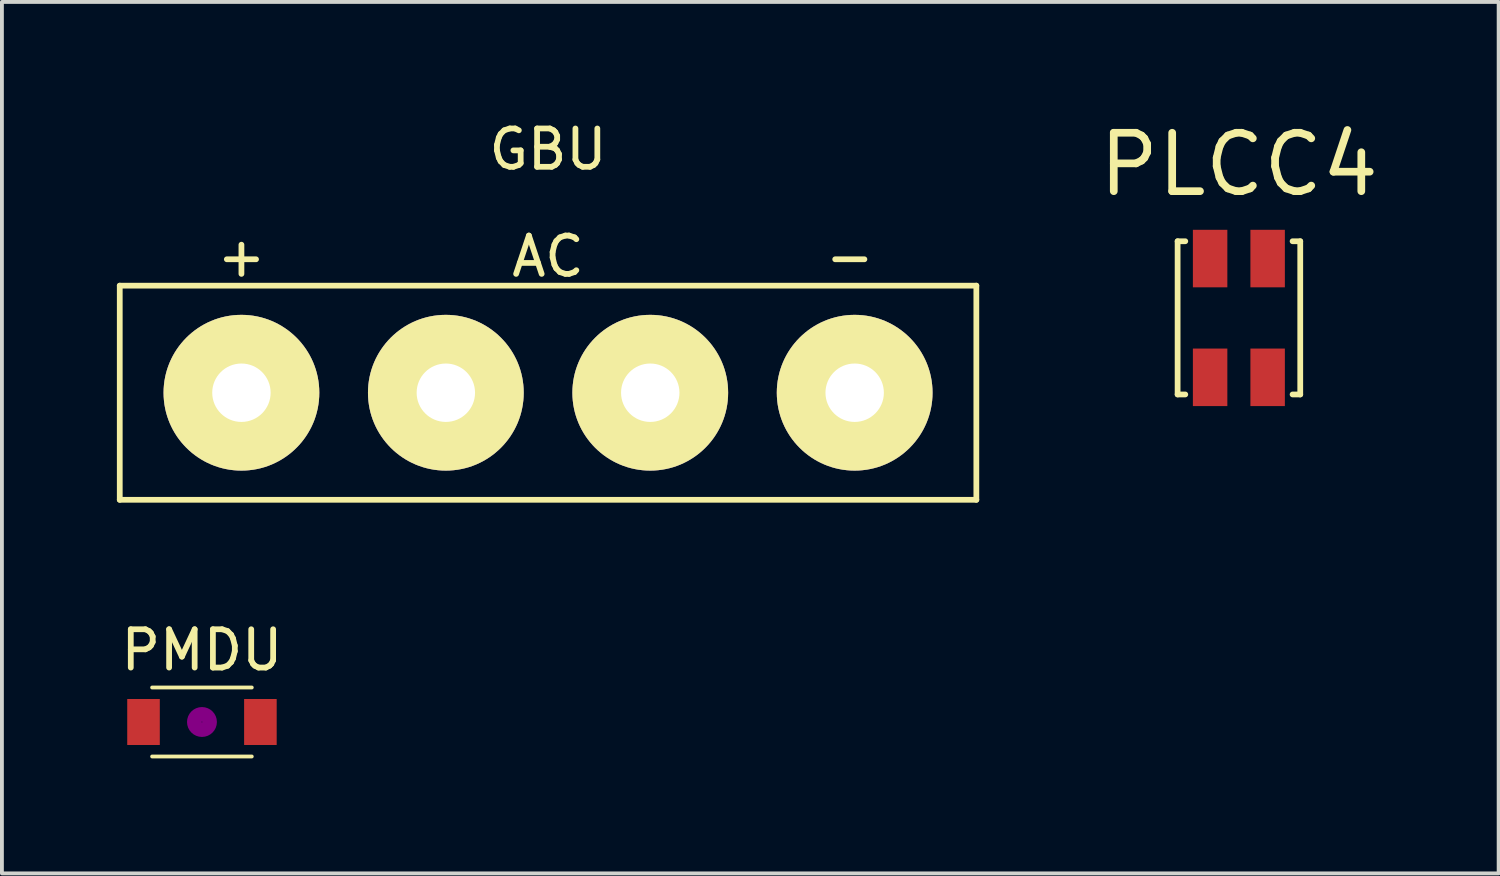
<source format=kicad_pcb>
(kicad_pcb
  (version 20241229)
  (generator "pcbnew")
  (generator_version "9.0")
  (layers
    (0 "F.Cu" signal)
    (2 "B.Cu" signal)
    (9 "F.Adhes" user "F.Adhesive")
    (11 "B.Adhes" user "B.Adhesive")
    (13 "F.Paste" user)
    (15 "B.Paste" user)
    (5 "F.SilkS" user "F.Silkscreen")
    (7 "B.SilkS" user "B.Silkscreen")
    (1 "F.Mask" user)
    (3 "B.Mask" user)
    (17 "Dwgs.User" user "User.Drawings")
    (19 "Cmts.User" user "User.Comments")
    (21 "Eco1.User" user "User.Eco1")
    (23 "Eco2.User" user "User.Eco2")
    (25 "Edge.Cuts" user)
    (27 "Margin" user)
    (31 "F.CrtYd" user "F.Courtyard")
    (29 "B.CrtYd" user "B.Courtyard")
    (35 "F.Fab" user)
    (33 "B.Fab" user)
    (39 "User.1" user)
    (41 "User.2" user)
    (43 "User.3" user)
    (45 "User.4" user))
  (footprint "GBU"
    (layer "F.Cu")
    (at 11.251 7.198)
    (property "Reference" "GBU" (at 0 -6.35 0) (layer "F.SilkS") (effects (font (size 1 1) (thickness 0.15))))
    (attr through_hole)
    (fp_line (start -11.176 -2.794) (end -11.176 2.794) (stroke (width 0.15) (type solid)) (layer "F.SilkS"))
    (fp_line (start -11.176 2.794) (end 11.176 2.794) (stroke (width 0.15) (type solid)) (layer "F.SilkS"))
    (fp_line (start 11.176 -2.794) (end -11.176 -2.794) (stroke (width 0.15) (type solid)) (layer "F.SilkS"))
    (fp_line (start 11.176 2.794) (end 11.176 -2.794) (stroke (width 0.15) (type solid)) (layer "F.SilkS"))
    (fp_text user "+" (at -8.001 -3.556 0) (layer "F.SilkS") (effects (font (size 1 1) (thickness 0.15))))
    (fp_text user "AC" (at 0 -3.556 0) (layer "F.SilkS") (effects (font (size 1 1) (thickness 0.15))))
    (fp_text user "-" (at 7.874 -3.556 0) (layer "F.SilkS") (effects (font (size 1 1) (thickness 0.15))))
    (pad "1" thru_hole circle (at -8.001 0) (size 4.064 4.064) (drill 1.524) (layers "*.Cu" "*.Mask" "F.SilkS"))
    (pad "2" thru_hole circle (at -2.667 0) (size 4.064 4.064) (drill 1.524) (layers "*.Cu" "*.Mask" "F.SilkS"))
    (pad "3" thru_hole circle (at 2.667 0) (size 4.064 4.064) (drill 1.524) (layers "*.Cu" "*.Mask" "F.SilkS"))
    (pad "4" thru_hole circle (at 8.001 0) (size 4.064 4.064) (drill 1.524) (layers "*.Cu" "*.Mask" "F.SilkS")))
  (footprint "PLCC4"
    (layer "F.Cu")
    (at 29.279 5.244)
    (property "Reference" "PLCC4" (at 0 -4 0) (layer "F.SilkS") (effects (font (size 1.524 1.524) (thickness 0.201))))
    (attr through_hole)
    (fp_line (start -1.6 -1.999) (end -1.6 1.999) (stroke (width 0.15) (type solid)) (layer "F.SilkS"))
    (fp_line (start -1.6 -1.999) (end -1.4 -1.999) (stroke (width 0.15) (type solid)) (layer "F.SilkS"))
    (fp_line (start -1.6 1.999) (end -1.4 1.999) (stroke (width 0.15) (type solid)) (layer "F.SilkS"))
    (fp_line (start 1.6 -1.999) (end 1.4 -1.999) (stroke (width 0.15) (type solid)) (layer "F.SilkS"))
    (fp_line (start 1.6 1.999) (end 1.4 1.999) (stroke (width 0.15) (type solid)) (layer "F.SilkS"))
    (fp_line (start 1.6 1.999) (end 1.6 -1.999) (stroke (width 0.15) (type solid)) (layer "F.SilkS"))
    (pad "1" smd rect (at 0.749 -1.547) (size 0.899 1.501) (layers "F.Cu" "F.Mask" "F.Paste"))
    (pad "2" smd rect (at -0.752 -1.547) (size 0.899 1.501) (layers "F.Cu" "F.Mask" "F.Paste"))
    (pad "3" smd rect (at -0.752 1.552) (size 0.899 1.501) (layers "F.Cu" "F.Mask" "F.Paste"))
    (pad "4" smd rect (at 0.749 1.552) (size 0.899 1.501) (layers "F.Cu" "F.Mask" "F.Paste")))
  (footprint "PMDU"
    (layer "F.Cu")
    (at 2.22 15.79)
    (property "Reference" "PMDU" (at 0 -1.875 0) (layer "F.SilkS") (effects (font (size 1 1) (thickness 0.15))))
    (attr through_hole)
    (fp_line (start -1.3 -0.9) (end 1.3 -0.9) (stroke (width 0.1) (type solid)) (layer "F.SilkS"))
    (fp_line (start -1.3 0.9) (end 1.3 0.9) (stroke (width 0.1) (type solid)) (layer "F.SilkS"))
    (fp_circle (center 0 0) (end 0 0.2) (stroke (width 0.38) (type solid)) (fill no) (layer "F.Adhes"))
    (pad "1" smd rect (at -1.525 0) (size 0.85 1.2) (layers "F.Cu" "F.Mask" "F.Paste"))
    (pad "2" smd rect (at 1.525 0) (size 0.85 1.2) (layers "F.Cu" "F.Mask" "F.Paste")))
  (gr_rect
    (start -3 -3)
    (end 36.056 19.741)
    (stroke (width 0.1) (type default))
    (fill no)
    (layer "Edge.Cuts")))
</source>
